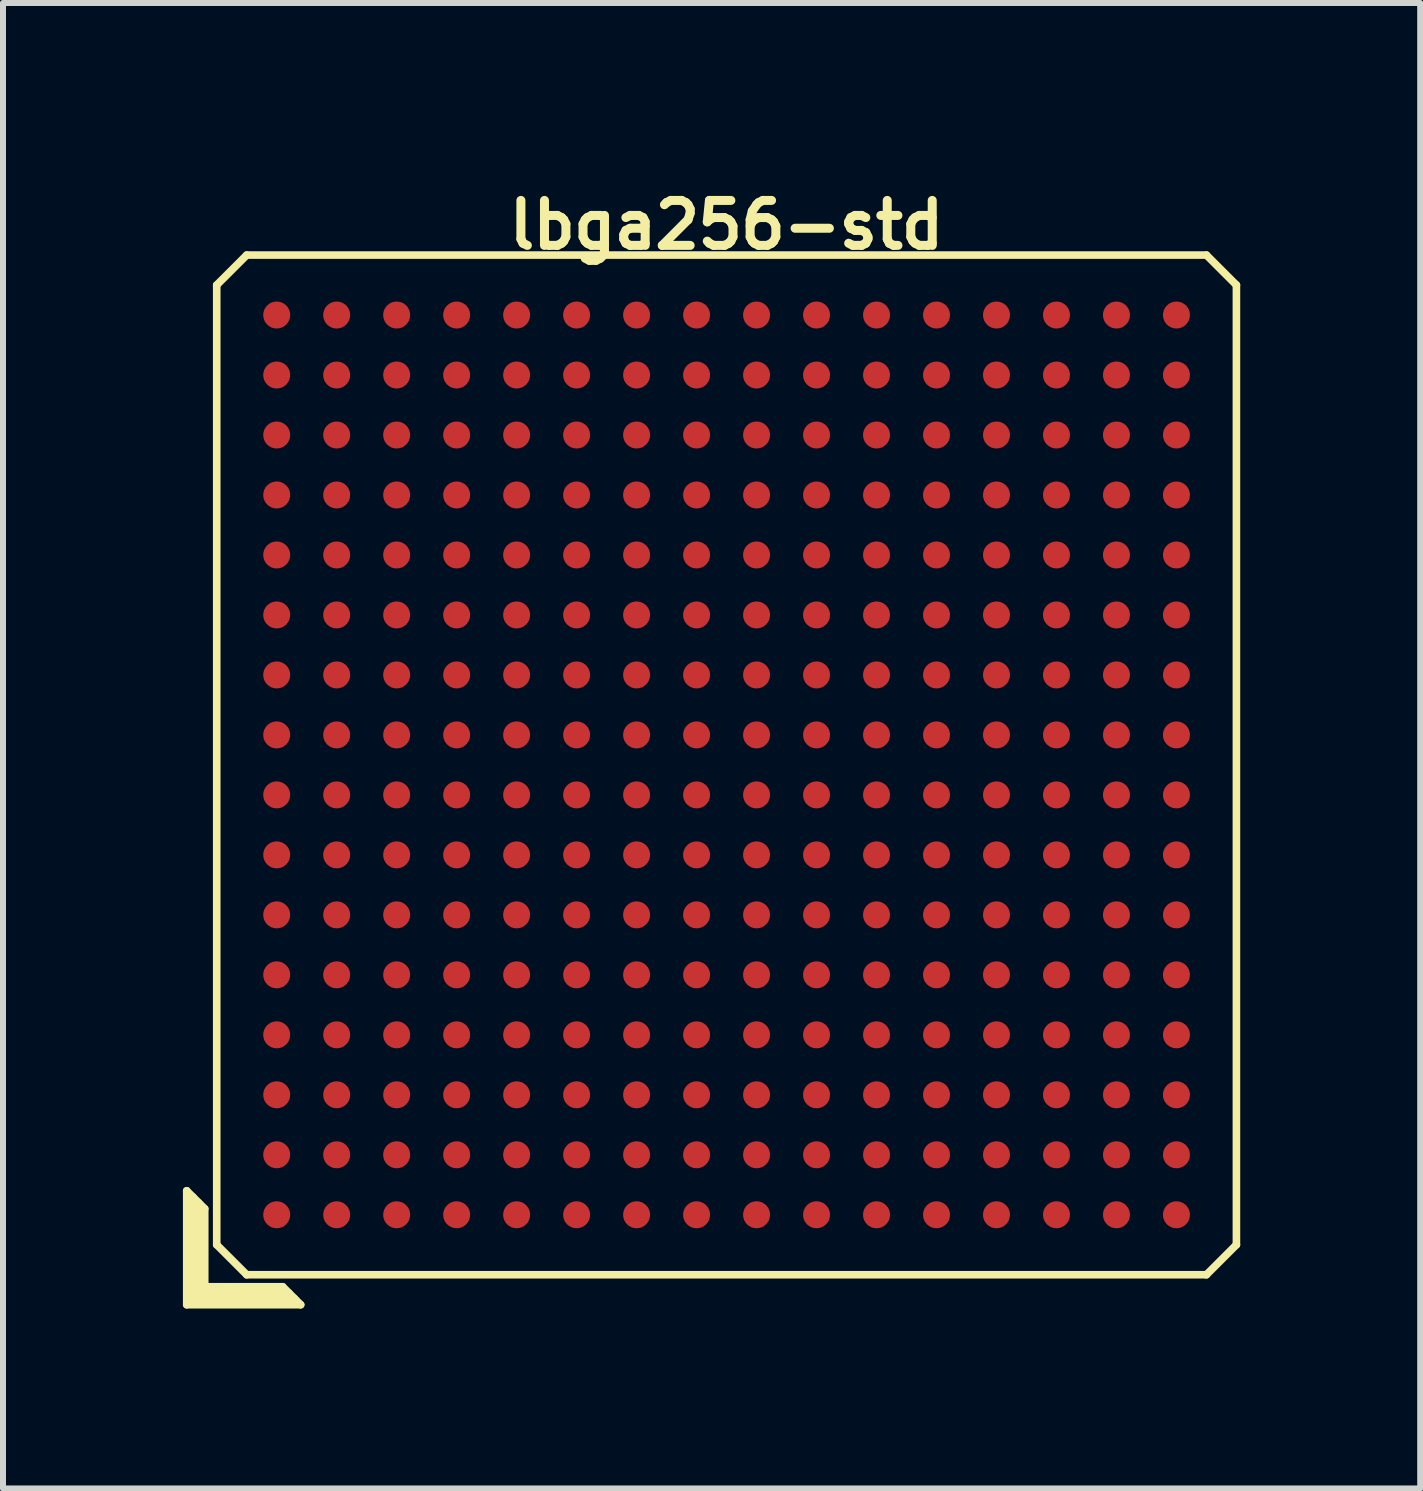
<source format=kicad_pcb>
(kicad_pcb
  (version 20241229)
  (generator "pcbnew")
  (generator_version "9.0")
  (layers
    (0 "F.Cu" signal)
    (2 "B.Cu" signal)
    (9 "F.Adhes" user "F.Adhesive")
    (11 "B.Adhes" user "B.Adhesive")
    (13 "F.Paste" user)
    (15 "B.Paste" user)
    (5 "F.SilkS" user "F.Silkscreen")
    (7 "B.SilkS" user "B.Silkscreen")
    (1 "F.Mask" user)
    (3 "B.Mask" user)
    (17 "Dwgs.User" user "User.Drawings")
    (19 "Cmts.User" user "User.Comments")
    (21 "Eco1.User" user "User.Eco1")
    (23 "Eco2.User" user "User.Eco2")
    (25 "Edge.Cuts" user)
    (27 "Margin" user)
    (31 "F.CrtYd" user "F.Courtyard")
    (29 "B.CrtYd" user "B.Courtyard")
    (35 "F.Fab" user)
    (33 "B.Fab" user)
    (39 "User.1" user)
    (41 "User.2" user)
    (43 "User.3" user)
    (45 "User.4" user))
  (footprint "lbga256-std"
    (layer "F.Cu")
    (at 9.063 9.702)
    (property "Reference" "lbga256-std" (at 0 -9 0) (layer "F.SilkS") (effects (font (size 0.75 0.75) (thickness 0.15))))
    (attr smd)
    (fp_line (start -9 7.1) (end -8.7 7.4) (stroke (width 0.127) (type solid)) (layer "F.SilkS"))
    (fp_line (start -9 9) (end -9 7.1) (stroke (width 0.127) (type solid)) (layer "F.SilkS"))
    (fp_line (start -8.9 8.9) (end -8.9 7.2) (stroke (width 0.127) (type solid)) (layer "F.SilkS"))
    (fp_line (start -8.8 7.3) (end -8.8 8.8) (stroke (width 0.127) (type solid)) (layer "F.SilkS"))
    (fp_line (start -8.8 8.8) (end -7.3 8.8) (stroke (width 0.127) (type solid)) (layer "F.SilkS"))
    (fp_line (start -8.7 7.4) (end -8.7 8.7) (stroke (width 0.127) (type solid)) (layer "F.SilkS"))
    (fp_line (start -8.7 8.7) (end -7.4 8.7) (stroke (width 0.127) (type solid)) (layer "F.SilkS"))
    (fp_line (start -8.5 -8) (end -8.5 8) (stroke (width 0.127) (type solid)) (layer "F.SilkS"))
    (fp_line (start -8.5 -8) (end -8 -8.5) (stroke (width 0.127) (type solid)) (layer "F.SilkS"))
    (fp_line (start -8 8.5) (end -8.5 8) (stroke (width 0.127) (type solid)) (layer "F.SilkS"))
    (fp_line (start -8 8.5) (end 8 8.5) (stroke (width 0.127) (type solid)) (layer "F.SilkS"))
    (fp_line (start -7.4 8.7) (end -7.1 9) (stroke (width 0.127) (type solid)) (layer "F.SilkS"))
    (fp_line (start -7.2 8.9) (end -8.9 8.9) (stroke (width 0.127) (type solid)) (layer "F.SilkS"))
    (fp_line (start -7.1 9) (end -9 9) (stroke (width 0.127) (type solid)) (layer "F.SilkS"))
    (fp_line (start 8 -8.5) (end -8 -8.5) (stroke (width 0.127) (type solid)) (layer "F.SilkS"))
    (fp_line (start 8 -8.5) (end 8.5 -8) (stroke (width 0.127) (type solid)) (layer "F.SilkS"))
    (fp_line (start 8.5 8) (end 8 8.5) (stroke (width 0.127) (type solid)) (layer "F.SilkS"))
    (fp_line (start 8.5 8) (end 8.5 -8) (stroke (width 0.127) (type solid)) (layer "F.SilkS"))
    (pad "A1" smd circle (at -7.5 7.5 90) (size 0.45 0.45) (layers "F.Cu" "F.Mask" "F.Paste"))
    (pad "A2" smd circle (at -7.5 6.5 90) (size 0.45 0.45) (layers "F.Cu" "F.Mask" "F.Paste"))
    (pad "A3" smd circle (at -7.5 5.5 90) (size 0.45 0.45) (layers "F.Cu" "F.Mask" "F.Paste"))
    (pad "A4" smd circle (at -7.5 4.5 90) (size 0.45 0.45) (layers "F.Cu" "F.Mask" "F.Paste"))
    (pad "A5" smd circle (at -7.5 3.5 90) (size 0.45 0.45) (layers "F.Cu" "F.Mask" "F.Paste"))
    (pad "A6" smd circle (at -7.5 2.5 90) (size 0.45 0.45) (layers "F.Cu" "F.Mask" "F.Paste"))
    (pad "A7" smd circle (at -7.5 1.5 90) (size 0.45 0.45) (layers "F.Cu" "F.Mask" "F.Paste"))
    (pad "A8" smd circle (at -7.5 0.5 90) (size 0.45 0.45) (layers "F.Cu" "F.Mask" "F.Paste"))
    (pad "A9" smd circle (at -7.5 -0.5 90) (size 0.45 0.45) (layers "F.Cu" "F.Mask" "F.Paste"))
    (pad "A10" smd circle (at -7.5 -1.5 90) (size 0.45 0.45) (layers "F.Cu" "F.Mask" "F.Paste"))
    (pad "A11" smd circle (at -7.5 -2.5 90) (size 0.45 0.45) (layers "F.Cu" "F.Mask" "F.Paste"))
    (pad "A12" smd circle (at -7.5 -3.5 90) (size 0.45 0.45) (layers "F.Cu" "F.Mask" "F.Paste"))
    (pad "A13" smd circle (at -7.5 -4.5 90) (size 0.45 0.45) (layers "F.Cu" "F.Mask" "F.Paste"))
    (pad "A14" smd circle (at -7.5 -5.5 90) (size 0.45 0.45) (layers "F.Cu" "F.Mask" "F.Paste"))
    (pad "A15" smd circle (at -7.5 -6.5 90) (size 0.45 0.45) (layers "F.Cu" "F.Mask" "F.Paste"))
    (pad "A16" smd circle (at -7.5 -7.5 90) (size 0.45 0.45) (layers "F.Cu" "F.Mask" "F.Paste"))
    (pad "B1" smd circle (at -6.5 7.5 90) (size 0.45 0.45) (layers "F.Cu" "F.Mask" "F.Paste"))
    (pad "B2" smd circle (at -6.5 6.5 90) (size 0.45 0.45) (layers "F.Cu" "F.Mask" "F.Paste"))
    (pad "B3" smd circle (at -6.5 5.5 90) (size 0.45 0.45) (layers "F.Cu" "F.Mask" "F.Paste"))
    (pad "B4" smd circle (at -6.5 4.5 90) (size 0.45 0.45) (layers "F.Cu" "F.Mask" "F.Paste"))
    (pad "B5" smd circle (at -6.5 3.5 90) (size 0.45 0.45) (layers "F.Cu" "F.Mask" "F.Paste"))
    (pad "B6" smd circle (at -6.5 2.5 90) (size 0.45 0.45) (layers "F.Cu" "F.Mask" "F.Paste"))
    (pad "B7" smd circle (at -6.5 1.5 90) (size 0.45 0.45) (layers "F.Cu" "F.Mask" "F.Paste"))
    (pad "B8" smd circle (at -6.5 0.5 90) (size 0.45 0.45) (layers "F.Cu" "F.Mask" "F.Paste"))
    (pad "B9" smd circle (at -6.5 -0.5 90) (size 0.45 0.45) (layers "F.Cu" "F.Mask" "F.Paste"))
    (pad "B10" smd circle (at -6.5 -1.5 90) (size 0.45 0.45) (layers "F.Cu" "F.Mask" "F.Paste"))
    (pad "B11" smd circle (at -6.5 -2.5 90) (size 0.45 0.45) (layers "F.Cu" "F.Mask" "F.Paste"))
    (pad "B12" smd circle (at -6.5 -3.5 90) (size 0.45 0.45) (layers "F.Cu" "F.Mask" "F.Paste"))
    (pad "B13" smd circle (at -6.5 -4.5 90) (size 0.45 0.45) (layers "F.Cu" "F.Mask" "F.Paste"))
    (pad "B14" smd circle (at -6.5 -5.5 90) (size 0.45 0.45) (layers "F.Cu" "F.Mask" "F.Paste"))
    (pad "B15" smd circle (at -6.5 -6.5 90) (size 0.45 0.45) (layers "F.Cu" "F.Mask" "F.Paste"))
    (pad "B16" smd circle (at -6.5 -7.5 90) (size 0.45 0.45) (layers "F.Cu" "F.Mask" "F.Paste"))
    (pad "C1" smd circle (at -5.5 7.5 90) (size 0.45 0.45) (layers "F.Cu" "F.Mask" "F.Paste"))
    (pad "C2" smd circle (at -5.5 6.5 90) (size 0.45 0.45) (layers "F.Cu" "F.Mask" "F.Paste"))
    (pad "C3" smd circle (at -5.5 5.5 90) (size 0.45 0.45) (layers "F.Cu" "F.Mask" "F.Paste"))
    (pad "C4" smd circle (at -5.5 4.5 90) (size 0.45 0.45) (layers "F.Cu" "F.Mask" "F.Paste"))
    (pad "C5" smd circle (at -5.5 3.5 90) (size 0.45 0.45) (layers "F.Cu" "F.Mask" "F.Paste"))
    (pad "C6" smd circle (at -5.5 2.5 90) (size 0.45 0.45) (layers "F.Cu" "F.Mask" "F.Paste"))
    (pad "C7" smd circle (at -5.5 1.5 90) (size 0.45 0.45) (layers "F.Cu" "F.Mask" "F.Paste"))
    (pad "C8" smd circle (at -5.5 0.5 90) (size 0.45 0.45) (layers "F.Cu" "F.Mask" "F.Paste"))
    (pad "C9" smd circle (at -5.5 -0.5 90) (size 0.45 0.45) (layers "F.Cu" "F.Mask" "F.Paste"))
    (pad "C10" smd circle (at -5.5 -1.5 90) (size 0.45 0.45) (layers "F.Cu" "F.Mask" "F.Paste"))
    (pad "C11" smd circle (at -5.5 -2.5 90) (size 0.45 0.45) (layers "F.Cu" "F.Mask" "F.Paste"))
    (pad "C12" smd circle (at -5.5 -3.5 90) (size 0.45 0.45) (layers "F.Cu" "F.Mask" "F.Paste"))
    (pad "C13" smd circle (at -5.5 -4.5 90) (size 0.45 0.45) (layers "F.Cu" "F.Mask" "F.Paste"))
    (pad "C14" smd circle (at -5.5 -5.5 90) (size 0.45 0.45) (layers "F.Cu" "F.Mask" "F.Paste"))
    (pad "C15" smd circle (at -5.5 -6.5 90) (size 0.45 0.45) (layers "F.Cu" "F.Mask" "F.Paste"))
    (pad "C16" smd circle (at -5.5 -7.5 90) (size 0.45 0.45) (layers "F.Cu" "F.Mask" "F.Paste"))
    (pad "D1" smd circle (at -4.5 7.5 90) (size 0.45 0.45) (layers "F.Cu" "F.Mask" "F.Paste"))
    (pad "D2" smd circle (at -4.5 6.5 90) (size 0.45 0.45) (layers "F.Cu" "F.Mask" "F.Paste"))
    (pad "D3" smd circle (at -4.5 5.5 90) (size 0.45 0.45) (layers "F.Cu" "F.Mask" "F.Paste"))
    (pad "D4" smd circle (at -4.5 4.5 90) (size 0.45 0.45) (layers "F.Cu" "F.Mask" "F.Paste"))
    (pad "D5" smd circle (at -4.5 3.5 90) (size 0.45 0.45) (layers "F.Cu" "F.Mask" "F.Paste"))
    (pad "D6" smd circle (at -4.5 2.5 90) (size 0.45 0.45) (layers "F.Cu" "F.Mask" "F.Paste"))
    (pad "D7" smd circle (at -4.5 1.5 90) (size 0.45 0.45) (layers "F.Cu" "F.Mask" "F.Paste"))
    (pad "D8" smd circle (at -4.5 0.5 90) (size 0.45 0.45) (layers "F.Cu" "F.Mask" "F.Paste"))
    (pad "D9" smd circle (at -4.5 -0.5 90) (size 0.45 0.45) (layers "F.Cu" "F.Mask" "F.Paste"))
    (pad "D10" smd circle (at -4.5 -1.5 90) (size 0.45 0.45) (layers "F.Cu" "F.Mask" "F.Paste"))
    (pad "D11" smd circle (at -4.5 -2.5 90) (size 0.45 0.45) (layers "F.Cu" "F.Mask" "F.Paste"))
    (pad "D12" smd circle (at -4.5 -3.5 90) (size 0.45 0.45) (layers "F.Cu" "F.Mask" "F.Paste"))
    (pad "D13" smd circle (at -4.5 -4.5 90) (size 0.45 0.45) (layers "F.Cu" "F.Mask" "F.Paste"))
    (pad "D14" smd circle (at -4.5 -5.5 90) (size 0.45 0.45) (layers "F.Cu" "F.Mask" "F.Paste"))
    (pad "D15" smd circle (at -4.5 -6.5 90) (size 0.45 0.45) (layers "F.Cu" "F.Mask" "F.Paste"))
    (pad "D16" smd circle (at -4.5 -7.5 90) (size 0.45 0.45) (layers "F.Cu" "F.Mask" "F.Paste"))
    (pad "E1" smd circle (at -3.5 7.5 90) (size 0.45 0.45) (layers "F.Cu" "F.Mask" "F.Paste"))
    (pad "E2" smd circle (at -3.5 6.5 90) (size 0.45 0.45) (layers "F.Cu" "F.Mask" "F.Paste"))
    (pad "E3" smd circle (at -3.5 5.5 90) (size 0.45 0.45) (layers "F.Cu" "F.Mask" "F.Paste"))
    (pad "E4" smd circle (at -3.5 4.5 90) (size 0.45 0.45) (layers "F.Cu" "F.Mask" "F.Paste"))
    (pad "E5" smd circle (at -3.5 3.5 90) (size 0.45 0.45) (layers "F.Cu" "F.Mask" "F.Paste"))
    (pad "E6" smd circle (at -3.5 2.5 90) (size 0.45 0.45) (layers "F.Cu" "F.Mask" "F.Paste"))
    (pad "E7" smd circle (at -3.5 1.5 90) (size 0.45 0.45) (layers "F.Cu" "F.Mask" "F.Paste"))
    (pad "E8" smd circle (at -3.5 0.5 90) (size 0.45 0.45) (layers "F.Cu" "F.Mask" "F.Paste"))
    (pad "E9" smd circle (at -3.5 -0.5 90) (size 0.45 0.45) (layers "F.Cu" "F.Mask" "F.Paste"))
    (pad "E10" smd circle (at -3.5 -1.5 90) (size 0.45 0.45) (layers "F.Cu" "F.Mask" "F.Paste"))
    (pad "E11" smd circle (at -3.5 -2.5 90) (size 0.45 0.45) (layers "F.Cu" "F.Mask" "F.Paste"))
    (pad "E12" smd circle (at -3.5 -3.5 90) (size 0.45 0.45) (layers "F.Cu" "F.Mask" "F.Paste"))
    (pad "E13" smd circle (at -3.5 -4.5 90) (size 0.45 0.45) (layers "F.Cu" "F.Mask" "F.Paste"))
    (pad "E14" smd circle (at -3.5 -5.5 90) (size 0.45 0.45) (layers "F.Cu" "F.Mask" "F.Paste"))
    (pad "E15" smd circle (at -3.5 -6.5 90) (size 0.45 0.45) (layers "F.Cu" "F.Mask" "F.Paste"))
    (pad "E16" smd circle (at -3.5 -7.5 90) (size 0.45 0.45) (layers "F.Cu" "F.Mask" "F.Paste"))
    (pad "F1" smd circle (at -2.5 7.5 90) (size 0.45 0.45) (layers "F.Cu" "F.Mask" "F.Paste"))
    (pad "F2" smd circle (at -2.5 6.5 90) (size 0.45 0.45) (layers "F.Cu" "F.Mask" "F.Paste"))
    (pad "F3" smd circle (at -2.5 5.5 90) (size 0.45 0.45) (layers "F.Cu" "F.Mask" "F.Paste"))
    (pad "F4" smd circle (at -2.5 4.5 90) (size 0.45 0.45) (layers "F.Cu" "F.Mask" "F.Paste"))
    (pad "F5" smd circle (at -2.5 3.5 90) (size 0.45 0.45) (layers "F.Cu" "F.Mask" "F.Paste"))
    (pad "F6" smd circle (at -2.5 2.5 90) (size 0.45 0.45) (layers "F.Cu" "F.Mask" "F.Paste"))
    (pad "F7" smd circle (at -2.5 1.5 90) (size 0.45 0.45) (layers "F.Cu" "F.Mask" "F.Paste"))
    (pad "F8" smd circle (at -2.5 0.5 90) (size 0.45 0.45) (layers "F.Cu" "F.Mask" "F.Paste"))
    (pad "F9" smd circle (at -2.5 -0.5 90) (size 0.45 0.45) (layers "F.Cu" "F.Mask" "F.Paste"))
    (pad "F10" smd circle (at -2.5 -1.5 90) (size 0.45 0.45) (layers "F.Cu" "F.Mask" "F.Paste"))
    (pad "F11" smd circle (at -2.5 -2.5 90) (size 0.45 0.45) (layers "F.Cu" "F.Mask" "F.Paste"))
    (pad "F12" smd circle (at -2.5 -3.5 90) (size 0.45 0.45) (layers "F.Cu" "F.Mask" "F.Paste"))
    (pad "F13" smd circle (at -2.5 -4.5 90) (size 0.45 0.45) (layers "F.Cu" "F.Mask" "F.Paste"))
    (pad "F14" smd circle (at -2.5 -5.5 90) (size 0.45 0.45) (layers "F.Cu" "F.Mask" "F.Paste"))
    (pad "F15" smd circle (at -2.5 -6.5 90) (size 0.45 0.45) (layers "F.Cu" "F.Mask" "F.Paste"))
    (pad "F16" smd circle (at -2.5 -7.5 90) (size 0.45 0.45) (layers "F.Cu" "F.Mask" "F.Paste"))
    (pad "G1" smd circle (at -1.5 7.5 90) (size 0.45 0.45) (layers "F.Cu" "F.Mask" "F.Paste"))
    (pad "G2" smd circle (at -1.5 6.5 90) (size 0.45 0.45) (layers "F.Cu" "F.Mask" "F.Paste"))
    (pad "G3" smd circle (at -1.5 5.5 90) (size 0.45 0.45) (layers "F.Cu" "F.Mask" "F.Paste"))
    (pad "G4" smd circle (at -1.5 4.5 90) (size 0.45 0.45) (layers "F.Cu" "F.Mask" "F.Paste"))
    (pad "G5" smd circle (at -1.5 3.5 90) (size 0.45 0.45) (layers "F.Cu" "F.Mask" "F.Paste"))
    (pad "G6" smd circle (at -1.5 2.5 90) (size 0.45 0.45) (layers "F.Cu" "F.Mask" "F.Paste"))
    (pad "G7" smd circle (at -1.5 1.5 90) (size 0.45 0.45) (layers "F.Cu" "F.Mask" "F.Paste"))
    (pad "G8" smd circle (at -1.5 0.5 90) (size 0.45 0.45) (layers "F.Cu" "F.Mask" "F.Paste"))
    (pad "G9" smd circle (at -1.5 -0.5 90) (size 0.45 0.45) (layers "F.Cu" "F.Mask" "F.Paste"))
    (pad "G10" smd circle (at -1.5 -1.5 90) (size 0.45 0.45) (layers "F.Cu" "F.Mask" "F.Paste"))
    (pad "G11" smd circle (at -1.5 -2.5 90) (size 0.45 0.45) (layers "F.Cu" "F.Mask" "F.Paste"))
    (pad "G12" smd circle (at -1.5 -3.5 90) (size 0.45 0.45) (layers "F.Cu" "F.Mask" "F.Paste"))
    (pad "G13" smd circle (at -1.5 -4.5 90) (size 0.45 0.45) (layers "F.Cu" "F.Mask" "F.Paste"))
    (pad "G14" smd circle (at -1.5 -5.5 90) (size 0.45 0.45) (layers "F.Cu" "F.Mask" "F.Paste"))
    (pad "G15" smd circle (at -1.5 -6.5 90) (size 0.45 0.45) (layers "F.Cu" "F.Mask" "F.Paste"))
    (pad "G16" smd circle (at -1.5 -7.5 90) (size 0.45 0.45) (layers "F.Cu" "F.Mask" "F.Paste"))
    (pad "H1" smd circle (at -0.5 7.5 90) (size 0.45 0.45) (layers "F.Cu" "F.Mask" "F.Paste"))
    (pad "H2" smd circle (at -0.5 6.5 90) (size 0.45 0.45) (layers "F.Cu" "F.Mask" "F.Paste"))
    (pad "H3" smd circle (at -0.5 5.5 90) (size 0.45 0.45) (layers "F.Cu" "F.Mask" "F.Paste"))
    (pad "H4" smd circle (at -0.5 4.5 90) (size 0.45 0.45) (layers "F.Cu" "F.Mask" "F.Paste"))
    (pad "H5" smd circle (at -0.5 3.5 90) (size 0.45 0.45) (layers "F.Cu" "F.Mask" "F.Paste"))
    (pad "H6" smd circle (at -0.5 2.5 90) (size 0.45 0.45) (layers "F.Cu" "F.Mask" "F.Paste"))
    (pad "H7" smd circle (at -0.5 1.5 90) (size 0.45 0.45) (layers "F.Cu" "F.Mask" "F.Paste"))
    (pad "H8" smd circle (at -0.5 0.5 90) (size 0.45 0.45) (layers "F.Cu" "F.Mask" "F.Paste"))
    (pad "H9" smd circle (at -0.5 -0.5 90) (size 0.45 0.45) (layers "F.Cu" "F.Mask" "F.Paste"))
    (pad "H10" smd circle (at -0.5 -1.5 90) (size 0.45 0.45) (layers "F.Cu" "F.Mask" "F.Paste"))
    (pad "H11" smd circle (at -0.5 -2.5 90) (size 0.45 0.45) (layers "F.Cu" "F.Mask" "F.Paste"))
    (pad "H12" smd circle (at -0.5 -3.5 90) (size 0.45 0.45) (layers "F.Cu" "F.Mask" "F.Paste"))
    (pad "H13" smd circle (at -0.5 -4.5 90) (size 0.45 0.45) (layers "F.Cu" "F.Mask" "F.Paste"))
    (pad "H14" smd circle (at -0.5 -5.5 90) (size 0.45 0.45) (layers "F.Cu" "F.Mask" "F.Paste"))
    (pad "H15" smd circle (at -0.5 -6.5 90) (size 0.45 0.45) (layers "F.Cu" "F.Mask" "F.Paste"))
    (pad "H16" smd circle (at -0.5 -7.5 90) (size 0.45 0.45) (layers "F.Cu" "F.Mask" "F.Paste"))
    (pad "J1" smd circle (at 0.5 7.5 90) (size 0.45 0.45) (layers "F.Cu" "F.Mask" "F.Paste"))
    (pad "J2" smd circle (at 0.5 6.5 90) (size 0.45 0.45) (layers "F.Cu" "F.Mask" "F.Paste"))
    (pad "J3" smd circle (at 0.5 5.5 90) (size 0.45 0.45) (layers "F.Cu" "F.Mask" "F.Paste"))
    (pad "J4" smd circle (at 0.5 4.5 90) (size 0.45 0.45) (layers "F.Cu" "F.Mask" "F.Paste"))
    (pad "J5" smd circle (at 0.5 3.5 90) (size 0.45 0.45) (layers "F.Cu" "F.Mask" "F.Paste"))
    (pad "J6" smd circle (at 0.5 2.5 90) (size 0.45 0.45) (layers "F.Cu" "F.Mask" "F.Paste"))
    (pad "J7" smd circle (at 0.5 1.5 90) (size 0.45 0.45) (layers "F.Cu" "F.Mask" "F.Paste"))
    (pad "J8" smd circle (at 0.5 0.5 90) (size 0.45 0.45) (layers "F.Cu" "F.Mask" "F.Paste"))
    (pad "J9" smd circle (at 0.5 -0.5 90) (size 0.45 0.45) (layers "F.Cu" "F.Mask" "F.Paste"))
    (pad "J10" smd circle (at 0.5 -1.5 90) (size 0.45 0.45) (layers "F.Cu" "F.Mask" "F.Paste"))
    (pad "J11" smd circle (at 0.5 -2.5 90) (size 0.45 0.45) (layers "F.Cu" "F.Mask" "F.Paste"))
    (pad "J12" smd circle (at 0.5 -3.5 90) (size 0.45 0.45) (layers "F.Cu" "F.Mask" "F.Paste"))
    (pad "J13" smd circle (at 0.5 -4.5 90) (size 0.45 0.45) (layers "F.Cu" "F.Mask" "F.Paste"))
    (pad "J14" smd circle (at 0.5 -5.5 90) (size 0.45 0.45) (layers "F.Cu" "F.Mask" "F.Paste"))
    (pad "J15" smd circle (at 0.5 -6.5 90) (size 0.45 0.45) (layers "F.Cu" "F.Mask" "F.Paste"))
    (pad "J16" smd circle (at 0.5 -7.5 90) (size 0.45 0.45) (layers "F.Cu" "F.Mask" "F.Paste"))
    (pad "K1" smd circle (at 1.5 7.5 90) (size 0.45 0.45) (layers "F.Cu" "F.Mask" "F.Paste"))
    (pad "K2" smd circle (at 1.5 6.5 90) (size 0.45 0.45) (layers "F.Cu" "F.Mask" "F.Paste"))
    (pad "K3" smd circle (at 1.5 5.5 90) (size 0.45 0.45) (layers "F.Cu" "F.Mask" "F.Paste"))
    (pad "K4" smd circle (at 1.5 4.5 90) (size 0.45 0.45) (layers "F.Cu" "F.Mask" "F.Paste"))
    (pad "K5" smd circle (at 1.5 3.5 90) (size 0.45 0.45) (layers "F.Cu" "F.Mask" "F.Paste"))
    (pad "K6" smd circle (at 1.5 2.5 90) (size 0.45 0.45) (layers "F.Cu" "F.Mask" "F.Paste"))
    (pad "K7" smd circle (at 1.5 1.5 90) (size 0.45 0.45) (layers "F.Cu" "F.Mask" "F.Paste"))
    (pad "K8" smd circle (at 1.5 0.5 90) (size 0.45 0.45) (layers "F.Cu" "F.Mask" "F.Paste"))
    (pad "K9" smd circle (at 1.5 -0.5 90) (size 0.45 0.45) (layers "F.Cu" "F.Mask" "F.Paste"))
    (pad "K10" smd circle (at 1.5 -1.5 90) (size 0.45 0.45) (layers "F.Cu" "F.Mask" "F.Paste"))
    (pad "K11" smd circle (at 1.5 -2.5 90) (size 0.45 0.45) (layers "F.Cu" "F.Mask" "F.Paste"))
    (pad "K12" smd circle (at 1.5 -3.5 90) (size 0.45 0.45) (layers "F.Cu" "F.Mask" "F.Paste"))
    (pad "K13" smd circle (at 1.5 -4.5 90) (size 0.45 0.45) (layers "F.Cu" "F.Mask" "F.Paste"))
    (pad "K14" smd circle (at 1.5 -5.5 90) (size 0.45 0.45) (layers "F.Cu" "F.Mask" "F.Paste"))
    (pad "K15" smd circle (at 1.5 -6.5 90) (size 0.45 0.45) (layers "F.Cu" "F.Mask" "F.Paste"))
    (pad "K16" smd circle (at 1.5 -7.5 90) (size 0.45 0.45) (layers "F.Cu" "F.Mask" "F.Paste"))
    (pad "L1" smd circle (at 2.5 7.5 90) (size 0.45 0.45) (layers "F.Cu" "F.Mask" "F.Paste"))
    (pad "L2" smd circle (at 2.5 6.5 90) (size 0.45 0.45) (layers "F.Cu" "F.Mask" "F.Paste"))
    (pad "L3" smd circle (at 2.5 5.5 90) (size 0.45 0.45) (layers "F.Cu" "F.Mask" "F.Paste"))
    (pad "L4" smd circle (at 2.5 4.5 90) (size 0.45 0.45) (layers "F.Cu" "F.Mask" "F.Paste"))
    (pad "L5" smd circle (at 2.5 3.5 90) (size 0.45 0.45) (layers "F.Cu" "F.Mask" "F.Paste"))
    (pad "L6" smd circle (at 2.5 2.5 90) (size 0.45 0.45) (layers "F.Cu" "F.Mask" "F.Paste"))
    (pad "L7" smd circle (at 2.5 1.5 90) (size 0.45 0.45) (layers "F.Cu" "F.Mask" "F.Paste"))
    (pad "L8" smd circle (at 2.5 0.5 90) (size 0.45 0.45) (layers "F.Cu" "F.Mask" "F.Paste"))
    (pad "L9" smd circle (at 2.5 -0.5 90) (size 0.45 0.45) (layers "F.Cu" "F.Mask" "F.Paste"))
    (pad "L10" smd circle (at 2.5 -1.5 90) (size 0.45 0.45) (layers "F.Cu" "F.Mask" "F.Paste"))
    (pad "L11" smd circle (at 2.5 -2.5 90) (size 0.45 0.45) (layers "F.Cu" "F.Mask" "F.Paste"))
    (pad "L12" smd circle (at 2.5 -3.5 90) (size 0.45 0.45) (layers "F.Cu" "F.Mask" "F.Paste"))
    (pad "L13" smd circle (at 2.5 -4.5 90) (size 0.45 0.45) (layers "F.Cu" "F.Mask" "F.Paste"))
    (pad "L14" smd circle (at 2.5 -5.5 90) (size 0.45 0.45) (layers "F.Cu" "F.Mask" "F.Paste"))
    (pad "L15" smd circle (at 2.5 -6.5 90) (size 0.45 0.45) (layers "F.Cu" "F.Mask" "F.Paste"))
    (pad "L16" smd circle (at 2.5 -7.5 90) (size 0.45 0.45) (layers "F.Cu" "F.Mask" "F.Paste"))
    (pad "M1" smd circle (at 3.5 7.5 90) (size 0.45 0.45) (layers "F.Cu" "F.Mask" "F.Paste"))
    (pad "M2" smd circle (at 3.5 6.5 90) (size 0.45 0.45) (layers "F.Cu" "F.Mask" "F.Paste"))
    (pad "M3" smd circle (at 3.5 5.5 90) (size 0.45 0.45) (layers "F.Cu" "F.Mask" "F.Paste"))
    (pad "M4" smd circle (at 3.5 4.5 90) (size 0.45 0.45) (layers "F.Cu" "F.Mask" "F.Paste"))
    (pad "M5" smd circle (at 3.5 3.5 90) (size 0.45 0.45) (layers "F.Cu" "F.Mask" "F.Paste"))
    (pad "M6" smd circle (at 3.5 2.5 90) (size 0.45 0.45) (layers "F.Cu" "F.Mask" "F.Paste"))
    (pad "M7" smd circle (at 3.5 1.5 90) (size 0.45 0.45) (layers "F.Cu" "F.Mask" "F.Paste"))
    (pad "M8" smd circle (at 3.5 0.5 90) (size 0.45 0.45) (layers "F.Cu" "F.Mask" "F.Paste"))
    (pad "M9" smd circle (at 3.5 -0.5 90) (size 0.45 0.45) (layers "F.Cu" "F.Mask" "F.Paste"))
    (pad "M10" smd circle (at 3.5 -1.5 90) (size 0.45 0.45) (layers "F.Cu" "F.Mask" "F.Paste"))
    (pad "M11" smd circle (at 3.5 -2.5 90) (size 0.45 0.45) (layers "F.Cu" "F.Mask" "F.Paste"))
    (pad "M12" smd circle (at 3.5 -3.5 90) (size 0.45 0.45) (layers "F.Cu" "F.Mask" "F.Paste"))
    (pad "M13" smd circle (at 3.5 -4.5 90) (size 0.45 0.45) (layers "F.Cu" "F.Mask" "F.Paste"))
    (pad "M14" smd circle (at 3.5 -5.5 90) (size 0.45 0.45) (layers "F.Cu" "F.Mask" "F.Paste"))
    (pad "M15" smd circle (at 3.5 -6.5 90) (size 0.45 0.45) (layers "F.Cu" "F.Mask" "F.Paste"))
    (pad "M16" smd circle (at 3.5 -7.5 90) (size 0.45 0.45) (layers "F.Cu" "F.Mask" "F.Paste"))
    (pad "N1" smd circle (at 4.5 7.5 90) (size 0.45 0.45) (layers "F.Cu" "F.Mask" "F.Paste"))
    (pad "N2" smd circle (at 4.5 6.5 90) (size 0.45 0.45) (layers "F.Cu" "F.Mask" "F.Paste"))
    (pad "N3" smd circle (at 4.5 5.5 90) (size 0.45 0.45) (layers "F.Cu" "F.Mask" "F.Paste"))
    (pad "N4" smd circle (at 4.5 4.5 90) (size 0.45 0.45) (layers "F.Cu" "F.Mask" "F.Paste"))
    (pad "N5" smd circle (at 4.5 3.5 90) (size 0.45 0.45) (layers "F.Cu" "F.Mask" "F.Paste"))
    (pad "N6" smd circle (at 4.5 2.5 90) (size 0.45 0.45) (layers "F.Cu" "F.Mask" "F.Paste"))
    (pad "N7" smd circle (at 4.5 1.5 90) (size 0.45 0.45) (layers "F.Cu" "F.Mask" "F.Paste"))
    (pad "N8" smd circle (at 4.5 0.5 90) (size 0.45 0.45) (layers "F.Cu" "F.Mask" "F.Paste"))
    (pad "N9" smd circle (at 4.5 -0.5 90) (size 0.45 0.45) (layers "F.Cu" "F.Mask" "F.Paste"))
    (pad "N10" smd circle (at 4.5 -1.5 90) (size 0.45 0.45) (layers "F.Cu" "F.Mask" "F.Paste"))
    (pad "N11" smd circle (at 4.5 -2.5 90) (size 0.45 0.45) (layers "F.Cu" "F.Mask" "F.Paste"))
    (pad "N12" smd circle (at 4.5 -3.5 90) (size 0.45 0.45) (layers "F.Cu" "F.Mask" "F.Paste"))
    (pad "N13" smd circle (at 4.5 -4.5 90) (size 0.45 0.45) (layers "F.Cu" "F.Mask" "F.Paste"))
    (pad "N14" smd circle (at 4.5 -5.5 90) (size 0.45 0.45) (layers "F.Cu" "F.Mask" "F.Paste"))
    (pad "N15" smd circle (at 4.5 -6.5 90) (size 0.45 0.45) (layers "F.Cu" "F.Mask" "F.Paste"))
    (pad "N16" smd circle (at 4.5 -7.5 90) (size 0.45 0.45) (layers "F.Cu" "F.Mask" "F.Paste"))
    (pad "P1" smd circle (at 5.5 7.5 90) (size 0.45 0.45) (layers "F.Cu" "F.Mask" "F.Paste"))
    (pad "P2" smd circle (at 5.5 6.5 90) (size 0.45 0.45) (layers "F.Cu" "F.Mask" "F.Paste"))
    (pad "P3" smd circle (at 5.5 5.5 90) (size 0.45 0.45) (layers "F.Cu" "F.Mask" "F.Paste"))
    (pad "P4" smd circle (at 5.5 4.5 90) (size 0.45 0.45) (layers "F.Cu" "F.Mask" "F.Paste"))
    (pad "P5" smd circle (at 5.5 3.5 90) (size 0.45 0.45) (layers "F.Cu" "F.Mask" "F.Paste"))
    (pad "P6" smd circle (at 5.5 2.5 90) (size 0.45 0.45) (layers "F.Cu" "F.Mask" "F.Paste"))
    (pad "P7" smd circle (at 5.5 1.5 90) (size 0.45 0.45) (layers "F.Cu" "F.Mask" "F.Paste"))
    (pad "P8" smd circle (at 5.5 0.5 90) (size 0.45 0.45) (layers "F.Cu" "F.Mask" "F.Paste"))
    (pad "P9" smd circle (at 5.5 -0.5 90) (size 0.45 0.45) (layers "F.Cu" "F.Mask" "F.Paste"))
    (pad "P10" smd circle (at 5.5 -1.5 90) (size 0.45 0.45) (layers "F.Cu" "F.Mask" "F.Paste"))
    (pad "P11" smd circle (at 5.5 -2.5 90) (size 0.45 0.45) (layers "F.Cu" "F.Mask" "F.Paste"))
    (pad "P12" smd circle (at 5.5 -3.5 90) (size 0.45 0.45) (layers "F.Cu" "F.Mask" "F.Paste"))
    (pad "P13" smd circle (at 5.5 -4.5 90) (size 0.45 0.45) (layers "F.Cu" "F.Mask" "F.Paste"))
    (pad "P14" smd circle (at 5.5 -5.5 90) (size 0.45 0.45) (layers "F.Cu" "F.Mask" "F.Paste"))
    (pad "P15" smd circle (at 5.5 -6.5 90) (size 0.45 0.45) (layers "F.Cu" "F.Mask" "F.Paste"))
    (pad "P16" smd circle (at 5.5 -7.5 90) (size 0.45 0.45) (layers "F.Cu" "F.Mask" "F.Paste"))
    (pad "R1" smd circle (at 6.5 7.5 90) (size 0.45 0.45) (layers "F.Cu" "F.Mask" "F.Paste"))
    (pad "R2" smd circle (at 6.5 6.5 90) (size 0.45 0.45) (layers "F.Cu" "F.Mask" "F.Paste"))
    (pad "R3" smd circle (at 6.5 5.5 90) (size 0.45 0.45) (layers "F.Cu" "F.Mask" "F.Paste"))
    (pad "R4" smd circle (at 6.5 4.5 90) (size 0.45 0.45) (layers "F.Cu" "F.Mask" "F.Paste"))
    (pad "R5" smd circle (at 6.5 3.5 90) (size 0.45 0.45) (layers "F.Cu" "F.Mask" "F.Paste"))
    (pad "R6" smd circle (at 6.5 2.5 90) (size 0.45 0.45) (layers "F.Cu" "F.Mask" "F.Paste"))
    (pad "R7" smd circle (at 6.5 1.5 90) (size 0.45 0.45) (layers "F.Cu" "F.Mask" "F.Paste"))
    (pad "R8" smd circle (at 6.5 0.5 90) (size 0.45 0.45) (layers "F.Cu" "F.Mask" "F.Paste"))
    (pad "R9" smd circle (at 6.5 -0.5 90) (size 0.45 0.45) (layers "F.Cu" "F.Mask" "F.Paste"))
    (pad "R10" smd circle (at 6.5 -1.5 90) (size 0.45 0.45) (layers "F.Cu" "F.Mask" "F.Paste"))
    (pad "R11" smd circle (at 6.5 -2.5 90) (size 0.45 0.45) (layers "F.Cu" "F.Mask" "F.Paste"))
    (pad "R12" smd circle (at 6.5 -3.5 90) (size 0.45 0.45) (layers "F.Cu" "F.Mask" "F.Paste"))
    (pad "R13" smd circle (at 6.5 -4.5 90) (size 0.45 0.45) (layers "F.Cu" "F.Mask" "F.Paste"))
    (pad "R14" smd circle (at 6.5 -5.5 90) (size 0.45 0.45) (layers "F.Cu" "F.Mask" "F.Paste"))
    (pad "R15" smd circle (at 6.5 -6.5 90) (size 0.45 0.45) (layers "F.Cu" "F.Mask" "F.Paste"))
    (pad "R16" smd circle (at 6.5 -7.5 90) (size 0.45 0.45) (layers "F.Cu" "F.Mask" "F.Paste"))
    (pad "T1" smd circle (at 7.5 7.5 90) (size 0.45 0.45) (layers "F.Cu" "F.Mask" "F.Paste"))
    (pad "T2" smd circle (at 7.5 6.5 90) (size 0.45 0.45) (layers "F.Cu" "F.Mask" "F.Paste"))
    (pad "T3" smd circle (at 7.5 5.5 90) (size 0.45 0.45) (layers "F.Cu" "F.Mask" "F.Paste"))
    (pad "T4" smd circle (at 7.5 4.5 90) (size 0.45 0.45) (layers "F.Cu" "F.Mask" "F.Paste"))
    (pad "T5" smd circle (at 7.5 3.5 90) (size 0.45 0.45) (layers "F.Cu" "F.Mask" "F.Paste"))
    (pad "T6" smd circle (at 7.5 2.5 90) (size 0.45 0.45) (layers "F.Cu" "F.Mask" "F.Paste"))
    (pad "T7" smd circle (at 7.5 1.5 90) (size 0.45 0.45) (layers "F.Cu" "F.Mask" "F.Paste"))
    (pad "T8" smd circle (at 7.5 0.5 90) (size 0.45 0.45) (layers "F.Cu" "F.Mask" "F.Paste"))
    (pad "T9" smd circle (at 7.5 -0.5 90) (size 0.45 0.45) (layers "F.Cu" "F.Mask" "F.Paste"))
    (pad "T10" smd circle (at 7.5 -1.5 90) (size 0.45 0.45) (layers "F.Cu" "F.Mask" "F.Paste"))
    (pad "T11" smd circle (at 7.5 -2.5 90) (size 0.45 0.45) (layers "F.Cu" "F.Mask" "F.Paste"))
    (pad "T12" smd circle (at 7.5 -3.5 90) (size 0.45 0.45) (layers "F.Cu" "F.Mask" "F.Paste"))
    (pad "T13" smd circle (at 7.5 -4.5 90) (size 0.45 0.45) (layers "F.Cu" "F.Mask" "F.Paste"))
    (pad "T14" smd circle (at 7.5 -5.5 90) (size 0.45 0.45) (layers "F.Cu" "F.Mask" "F.Paste"))
    (pad "T15" smd circle (at 7.5 -6.5 90) (size 0.45 0.45) (layers "F.Cu" "F.Mask" "F.Paste"))
    (pad "T16" smd circle (at 7.5 -7.5 90) (size 0.45 0.45) (layers "F.Cu" "F.Mask" "F.Paste")))
  (gr_rect
    (start -3 -3)
    (end 20.627 21.765)
    (stroke (width 0.1) (type default))
    (fill no)
    (layer "Edge.Cuts")))
</source>
